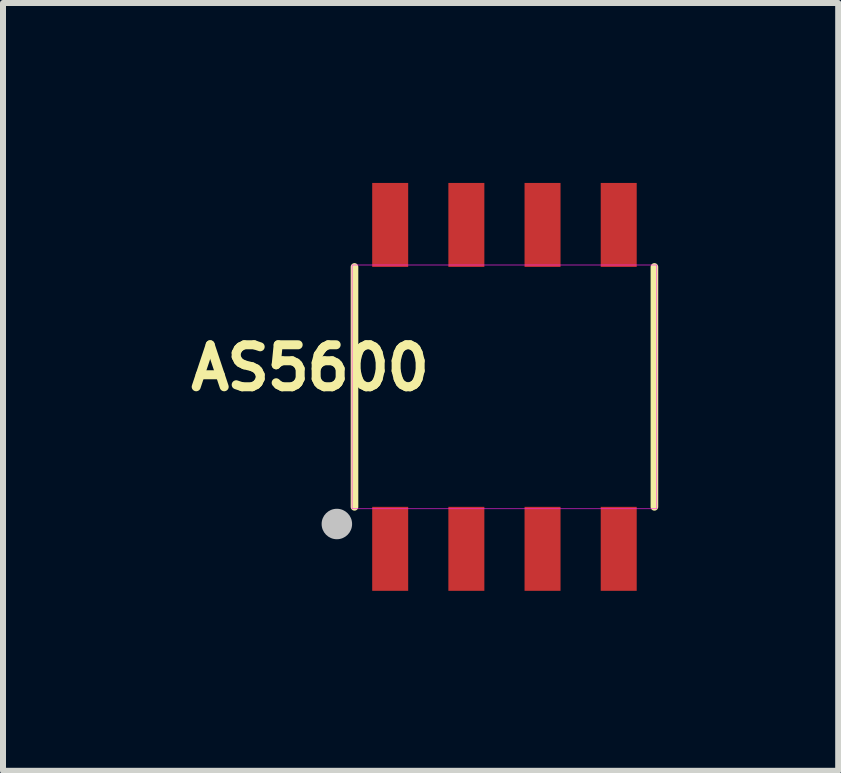
<source format=kicad_pcb>
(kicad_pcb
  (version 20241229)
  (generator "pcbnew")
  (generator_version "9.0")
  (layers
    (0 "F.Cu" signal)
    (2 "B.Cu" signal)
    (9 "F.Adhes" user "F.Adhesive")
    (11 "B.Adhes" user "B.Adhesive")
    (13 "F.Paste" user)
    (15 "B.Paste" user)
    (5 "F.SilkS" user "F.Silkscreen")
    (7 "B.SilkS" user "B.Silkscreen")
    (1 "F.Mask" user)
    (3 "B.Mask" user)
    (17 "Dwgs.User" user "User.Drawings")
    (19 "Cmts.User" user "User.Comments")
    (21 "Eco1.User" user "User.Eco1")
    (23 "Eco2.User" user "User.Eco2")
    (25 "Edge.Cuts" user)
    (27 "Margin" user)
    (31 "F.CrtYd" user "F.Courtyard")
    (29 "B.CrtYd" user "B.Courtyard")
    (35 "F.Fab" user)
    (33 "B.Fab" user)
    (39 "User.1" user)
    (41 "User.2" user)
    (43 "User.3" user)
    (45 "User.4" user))
  (footprint "AS5600"
    (layer "F.Cu")
    (at 5.36 3.4)
    (property "Reference" "AS5600" (at -3.239 -0.318 180) (layer "F.SilkS") (effects (font (size 0.7 0.7) (thickness 0.15))))
    (attr smd)
    (fp_line (start -2.5 2) (end -2.5 -2) (stroke (width 0.127) (type solid)) (layer "F.SilkS"))
    (fp_line (start 2.5 -2) (end 2.5 2) (stroke (width 0.127) (type solid)) (layer "F.SilkS"))
    (fp_circle (center -2.794 2.286) (end -2.54 2.286) (stroke (width 0) (type solid)) (fill yes) (layer "Dwgs.User"))
    (fp_poly (pts (xy -2.54 -2.032) (xy 2.54 -2.032) (xy 2.54 2.032) (xy -2.54 2.032)) (stroke (width 0.01) (type solid)) (fill no) (layer "F.CrtYd"))
    (pad "1" smd rect (at -1.905 2.7 90) (size 1.4 0.6) (layers "F.Cu" "F.Mask" "F.Paste"))
    (pad "2" smd rect (at -0.635 2.7 90) (size 1.4 0.6) (layers "F.Cu" "F.Mask" "F.Paste"))
    (pad "3" smd rect (at 0.635 2.7 90) (size 1.4 0.6) (layers "F.Cu" "F.Mask" "F.Paste"))
    (pad "4" smd rect (at 1.905 2.7 90) (size 1.4 0.6) (layers "F.Cu" "F.Mask" "F.Paste"))
    (pad "5" smd rect (at 1.905 -2.7 90) (size 1.4 0.6) (layers "F.Cu" "F.Mask" "F.Paste"))
    (pad "6" smd rect (at 0.635 -2.7 90) (size 1.4 0.6) (layers "F.Cu" "F.Mask" "F.Paste"))
    (pad "7" smd rect (at -0.635 -2.7 90) (size 1.4 0.6) (layers "F.Cu" "F.Mask" "F.Paste"))
    (pad "8" smd rect (at -1.905 -2.7 90) (size 1.4 0.6) (layers "F.Cu" "F.Mask" "F.Paste")))
  (gr_rect
    (start -3 -3)
    (end 10.924 9.8)
    (stroke (width 0.1) (type default))
    (fill no)
    (layer "Edge.Cuts")))
</source>
